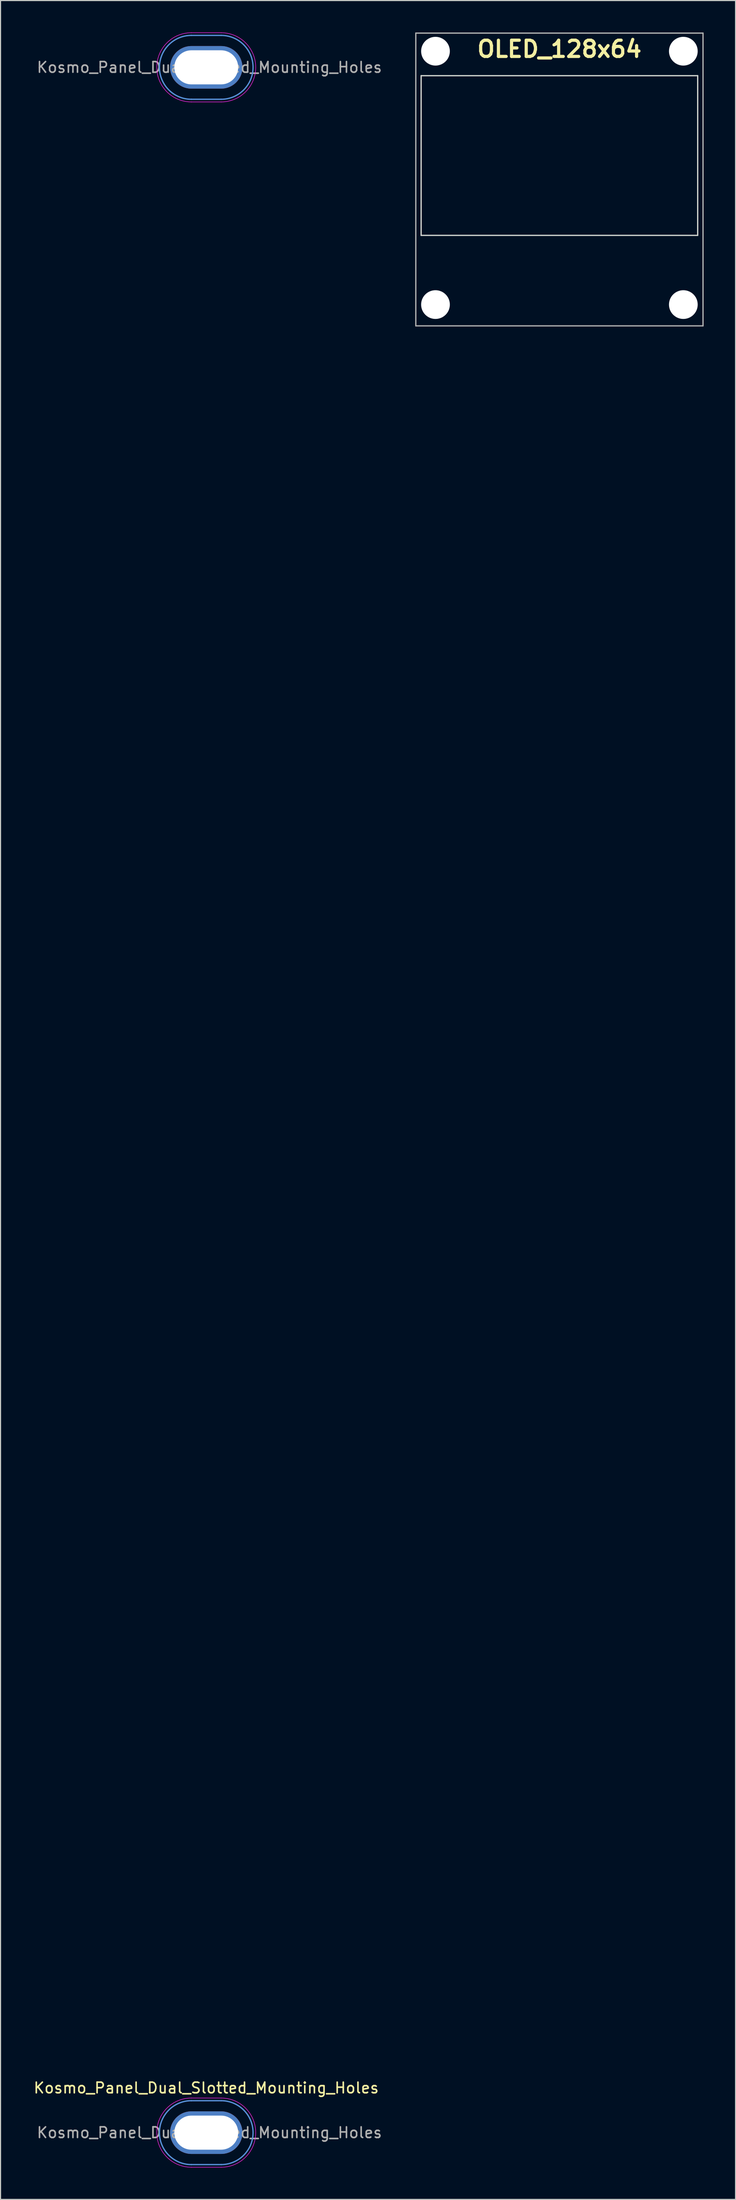
<source format=kicad_pcb>
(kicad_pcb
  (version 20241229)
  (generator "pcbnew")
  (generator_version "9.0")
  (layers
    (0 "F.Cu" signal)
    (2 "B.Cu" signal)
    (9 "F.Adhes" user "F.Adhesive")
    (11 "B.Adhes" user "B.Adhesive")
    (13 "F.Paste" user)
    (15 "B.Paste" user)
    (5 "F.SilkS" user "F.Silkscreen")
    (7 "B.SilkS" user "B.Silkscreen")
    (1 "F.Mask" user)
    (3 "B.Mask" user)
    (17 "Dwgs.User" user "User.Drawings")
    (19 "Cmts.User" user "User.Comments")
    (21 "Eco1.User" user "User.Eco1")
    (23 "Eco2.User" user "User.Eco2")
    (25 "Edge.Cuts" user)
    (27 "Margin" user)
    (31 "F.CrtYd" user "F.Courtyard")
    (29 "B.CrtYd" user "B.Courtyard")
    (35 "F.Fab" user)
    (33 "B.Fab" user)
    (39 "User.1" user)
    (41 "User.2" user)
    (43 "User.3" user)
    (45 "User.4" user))
  (footprint "Kosmo_Panel_Dual_Slotted_Mounting_Holes"
    (layer "F.Cu")
    (at 14.939 197.275)
    (property "Reference" "Kosmo_Panel_Dual_Slotted_Mounting_Holes" (at 1.4 -4.2 0) (layer "F.SilkS") (effects (font (size 1 1) (thickness 0.15))))
    (attr exclude_from_pos_files exclude_from_bom)
    (fp_line (start 0 -197) (end 2.8 -197) (stroke (width 0.12) (type solid)) (layer "Cmts.User"))
    (fp_line (start 0 -191) (end 2.8 -191) (stroke (width 0.12) (type solid)) (layer "Cmts.User"))
    (fp_line (start 0 -3) (end 2.8 -3) (stroke (width 0.12) (type solid)) (layer "Cmts.User"))
    (fp_line (start 0 3) (end 2.8 3) (stroke (width 0.12) (type solid)) (layer "Cmts.User"))
    (fp_arc (start 0 -191) (mid -3 -194) (end 0 -197) (stroke (width 0.12) (type solid)) (layer "Cmts.User"))
    (fp_arc (start 0 3) (mid -3 0) (end 0 -3) (stroke (width 0.12) (type solid)) (layer "Cmts.User"))
    (fp_arc (start 2.8 -197) (mid 5.8 -194) (end 2.8 -191) (stroke (width 0.12) (type solid)) (layer "Cmts.User"))
    (fp_arc (start 2.8 -3) (mid 5.8 0) (end 2.8 3) (stroke (width 0.12) (type solid)) (layer "Cmts.User"))
    (fp_line (start 0 -197.25) (end 2.8 -197.25) (stroke (width 0.05) (type solid)) (layer "F.CrtYd"))
    (fp_line (start 0 -190.75) (end 2.8 -190.75) (stroke (width 0.05) (type solid)) (layer "F.CrtYd"))
    (fp_line (start 0 -3.25) (end 2.8 -3.25) (stroke (width 0.05) (type solid)) (layer "F.CrtYd"))
    (fp_line (start 0 3.25) (end 2.8 3.25) (stroke (width 0.05) (type solid)) (layer "F.CrtYd"))
    (fp_arc (start 0 -190.75) (mid -3.25 -194) (end 0 -197.25) (stroke (width 0.05) (type solid)) (layer "F.CrtYd"))
    (fp_arc (start 0 3.25) (mid -3.25 0) (end 0 -3.25) (stroke (width 0.05) (type solid)) (layer "F.CrtYd"))
    (fp_arc (start 2.8 -197.25) (mid 6.05 -194) (end 2.8 -190.75) (stroke (width 0.05) (type solid)) (layer "F.CrtYd"))
    (fp_arc (start 2.8 -3.25) (mid 6.05 0) (end 2.8 3.25) (stroke (width 0.05) (type solid)) (layer "F.CrtYd"))
    (fp_text user "${REFERENCE}" (at 1.7 -194 0) (layer "F.Fab") (effects (font (size 1 1) (thickness 0.15))))
    (fp_text user "${REFERENCE}" (at 1.7 0 0) (layer "F.Fab") (effects (font (size 1 1) (thickness 0.15))))
    (pad "1" thru_hole oval (at 1.4 -194) (size 6.8 4) (drill oval 6 3.2) (layers "*.Cu" "*.Mask"))
    (pad "1" thru_hole oval (at 1.4 0) (size 6.8 4) (drill oval 6 3.2) (layers "*.Cu" "*.Mask")))
  (footprint "OLED_128x64"
    (layer "F.Cu")
    (at 49.539 11.56)
    (property "Reference" "OLED_128x64" (at 0 -10 0) (layer "F.SilkS") (effects (font (size 1.524 1.524) (thickness 0.3))))
    (attr through_hole)
    (fp_line (start -13 -7.5) (end 13 -7.5) (stroke (width 0.12) (type solid)) (layer "Edge.Cuts"))
    (fp_line (start -13 7.5) (end -13 -7.5) (stroke (width 0.12) (type solid)) (layer "Edge.Cuts"))
    (fp_line (start 13 -7.5) (end 13 7.5) (stroke (width 0.12) (type solid)) (layer "Edge.Cuts"))
    (fp_line (start 13 7.5) (end -13 7.5) (stroke (width 0.12) (type solid)) (layer "Edge.Cuts"))
    (fp_line (start -13.5 -11.5) (end 13.5 -11.5) (stroke (width 0.12) (type solid)) (layer "F.Fab"))
    (fp_line (start -13.5 16) (end -13.5 -11.5) (stroke (width 0.12) (type solid)) (layer "F.Fab"))
    (fp_line (start 13.5 -11.5) (end 13.5 16) (stroke (width 0.12) (type solid)) (layer "F.Fab"))
    (fp_line (start 13.5 16) (end -13.5 16) (stroke (width 0.12) (type solid)) (layer "F.Fab"))
    (pad "" np_thru_hole circle (at -11.65 -9.8) (size 2.7 2.7) (drill 2.7) (layers "*.Cu" "*.Mask"))
    (pad "" np_thru_hole circle (at -11.65 14) (size 2.7 2.7) (drill 2.7) (layers "*.Cu" "*.Mask"))
    (pad "" np_thru_hole circle (at 11.65 -9.8) (size 2.7 2.7) (drill 2.7) (layers "*.Cu" "*.Mask"))
    (pad "" np_thru_hole circle (at 11.65 14) (size 2.7 2.7) (drill 2.7) (layers "*.Cu" "*.Mask")))
  (gr_rect
    (start -3 -3)
    (end 66.099 203.55)
    (stroke (width 0.1) (type default))
    (fill no)
    (layer "Edge.Cuts")))
</source>
